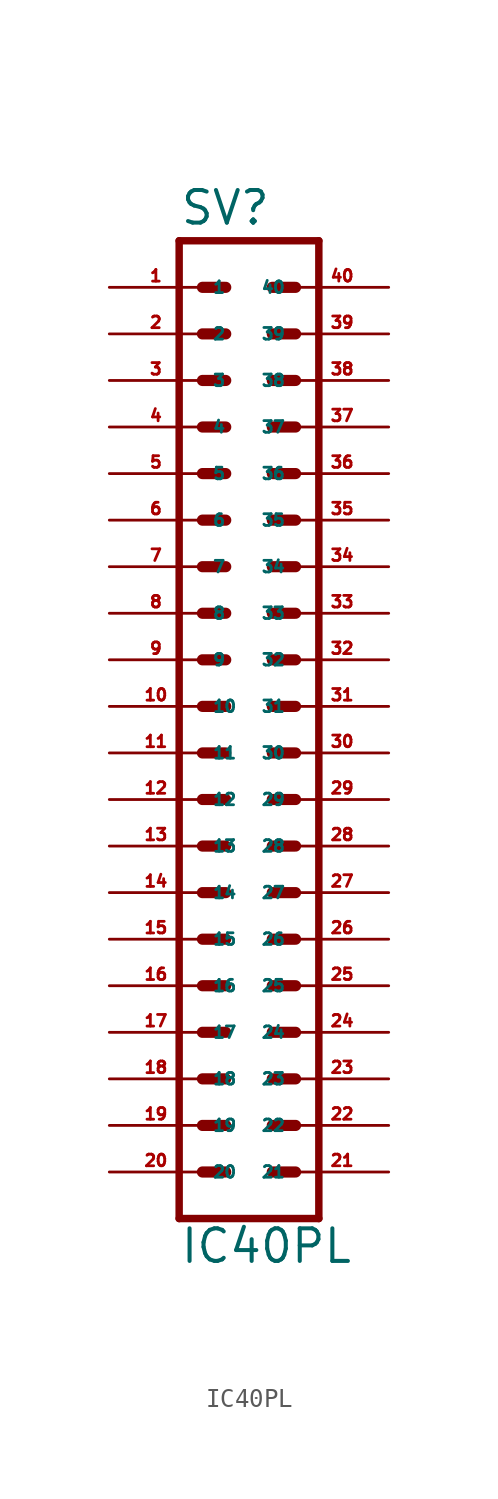
<source format=kicad_sym>
(kicad_symbol_lib
  (version 20220914)
  (generator Eagle2Kicad)
  (symbol "IC40PL"
    (property "Reference" "SV"
      (at -3.81 28.702 0)
      (effects (font (size 1.778 1.778) (thickness 0.22)) (justify left bottom)))
    (property "Value" "IC40PL"
      (at -3.81 -27.94 0)
      (effects (font (size 1.778 1.778) (thickness 0.22)) (justify left bottom)))
    (polyline
      (pts (xy 3.81 27.94) (xy -3.81 27.94))
      (stroke (width 0.406) (type default))
      (fill (type none)))
    (polyline
      (pts (xy -3.81 -25.4) (xy -3.81 27.94))
      (stroke (width 0.406) (type default))
      (fill (type none)))
    (polyline
      (pts (xy -3.81 -25.4) (xy 3.81 -25.4))
      (stroke (width 0.406) (type default))
      (fill (type none)))
    (polyline
      (pts (xy 3.81 27.94) (xy 3.81 -25.4))
      (stroke (width 0.406) (type default))
      (fill (type none)))
    (polyline
      (pts (xy -2.54 25.4) (xy -1.27 25.4))
      (stroke (width 0.61) (type default))
      (fill (type none)))
    (polyline
      (pts (xy -2.54 22.86) (xy -1.27 22.86))
      (stroke (width 0.61) (type default))
      (fill (type none)))
    (polyline
      (pts (xy -2.54 20.32) (xy -1.27 20.32))
      (stroke (width 0.61) (type default))
      (fill (type none)))
    (polyline
      (pts (xy -2.54 17.78) (xy -1.27 17.78))
      (stroke (width 0.61) (type default))
      (fill (type none)))
    (polyline
      (pts (xy -2.54 15.24) (xy -1.27 15.24))
      (stroke (width 0.61) (type default))
      (fill (type none)))
    (polyline
      (pts (xy -2.54 12.7) (xy -1.27 12.7))
      (stroke (width 0.61) (type default))
      (fill (type none)))
    (polyline
      (pts (xy -2.54 10.16) (xy -1.27 10.16))
      (stroke (width 0.61) (type default))
      (fill (type none)))
    (polyline
      (pts (xy -2.54 7.62) (xy -1.27 7.62))
      (stroke (width 0.61) (type default))
      (fill (type none)))
    (polyline
      (pts (xy -2.54 0) (xy -1.27 0))
      (stroke (width 0.61) (type default))
      (fill (type none)))
    (polyline
      (pts (xy -2.54 2.54) (xy -1.27 2.54))
      (stroke (width 0.61) (type default))
      (fill (type none)))
    (polyline
      (pts (xy -2.54 5.08) (xy -1.27 5.08))
      (stroke (width 0.61) (type default))
      (fill (type none)))
    (polyline
      (pts (xy -2.54 -2.54) (xy -1.27 -2.54))
      (stroke (width 0.61) (type default))
      (fill (type none)))
    (polyline
      (pts (xy -2.54 -5.08) (xy -1.27 -5.08))
      (stroke (width 0.61) (type default))
      (fill (type none)))
    (polyline
      (pts (xy -2.54 -7.62) (xy -1.27 -7.62))
      (stroke (width 0.61) (type default))
      (fill (type none)))
    (polyline
      (pts (xy -2.54 -10.16) (xy -1.27 -10.16))
      (stroke (width 0.61) (type default))
      (fill (type none)))
    (polyline
      (pts (xy -2.54 -12.7) (xy -1.27 -12.7))
      (stroke (width 0.61) (type default))
      (fill (type none)))
    (polyline
      (pts (xy -2.54 -15.24) (xy -1.27 -15.24))
      (stroke (width 0.61) (type default))
      (fill (type none)))
    (polyline
      (pts (xy -2.54 -17.78) (xy -1.27 -17.78))
      (stroke (width 0.61) (type default))
      (fill (type none)))
    (polyline
      (pts (xy -2.54 -20.32) (xy -1.27 -20.32))
      (stroke (width 0.61) (type default))
      (fill (type none)))
    (polyline
      (pts (xy -2.54 -22.86) (xy -1.27 -22.86))
      (stroke (width 0.61) (type default))
      (fill (type none)))
    (polyline
      (pts (xy 2.54 -22.86) (xy 1.27 -22.86))
      (stroke (width 0.61) (type default))
      (fill (type none)))
    (polyline
      (pts (xy 2.54 -20.32) (xy 1.27 -20.32))
      (stroke (width 0.61) (type default))
      (fill (type none)))
    (polyline
      (pts (xy 2.54 -17.78) (xy 1.27 -17.78))
      (stroke (width 0.61) (type default))
      (fill (type none)))
    (polyline
      (pts (xy 2.54 -15.24) (xy 1.27 -15.24))
      (stroke (width 0.61) (type default))
      (fill (type none)))
    (polyline
      (pts (xy 2.54 -12.7) (xy 1.27 -12.7))
      (stroke (width 0.61) (type default))
      (fill (type none)))
    (polyline
      (pts (xy 2.54 -10.16) (xy 1.27 -10.16))
      (stroke (width 0.61) (type default))
      (fill (type none)))
    (polyline
      (pts (xy 2.54 -7.62) (xy 1.27 -7.62))
      (stroke (width 0.61) (type default))
      (fill (type none)))
    (polyline
      (pts (xy 2.54 -5.08) (xy 1.27 -5.08))
      (stroke (width 0.61) (type default))
      (fill (type none)))
    (polyline
      (pts (xy 2.54 -2.54) (xy 1.27 -2.54))
      (stroke (width 0.61) (type default))
      (fill (type none)))
    (polyline
      (pts (xy 2.54 0) (xy 1.27 0))
      (stroke (width 0.61) (type default))
      (fill (type none)))
    (polyline
      (pts (xy 2.54 2.54) (xy 1.27 2.54))
      (stroke (width 0.61) (type default))
      (fill (type none)))
    (polyline
      (pts (xy 2.54 5.08) (xy 1.27 5.08))
      (stroke (width 0.61) (type default))
      (fill (type none)))
    (polyline
      (pts (xy 2.54 7.62) (xy 1.27 7.62))
      (stroke (width 0.61) (type default))
      (fill (type none)))
    (polyline
      (pts (xy 2.54 10.16) (xy 1.27 10.16))
      (stroke (width 0.61) (type default))
      (fill (type none)))
    (polyline
      (pts (xy 2.54 12.7) (xy 1.27 12.7))
      (stroke (width 0.61) (type default))
      (fill (type none)))
    (polyline
      (pts (xy 2.54 15.24) (xy 1.27 15.24))
      (stroke (width 0.61) (type default))
      (fill (type none)))
    (polyline
      (pts (xy 2.54 17.78) (xy 1.27 17.78))
      (stroke (width 0.61) (type default))
      (fill (type none)))
    (polyline
      (pts (xy 2.54 20.32) (xy 1.27 20.32))
      (stroke (width 0.61) (type default))
      (fill (type none)))
    (polyline
      (pts (xy 2.54 22.86) (xy 1.27 22.86))
      (stroke (width 0.61) (type default))
      (fill (type none)))
    (polyline
      (pts (xy 2.54 25.4) (xy 1.27 25.4))
      (stroke (width 0.61) (type default))
      (fill (type none)))
    (pin passive line
      (at -7.62 0 0)
      (length 5.08)
      (name "11" (effects (font (size 0.635 0.635) (thickness 0.08)) (justify left bottom)))
      (number "11" (effects (font (size 0.635 0.635) (thickness 0.08)) (justify left bottom))))
    (pin passive line
      (at -7.62 5.08 0)
      (length 5.08)
      (name "9" (effects (font (size 0.635 0.635) (thickness 0.08)) (justify left bottom)))
      (number "9" (effects (font (size 0.635 0.635) (thickness 0.08)) (justify left bottom))))
    (pin passive line
      (at -7.62 10.16 0)
      (length 5.08)
      (name "7" (effects (font (size 0.635 0.635) (thickness 0.08)) (justify left bottom)))
      (number "7" (effects (font (size 0.635 0.635) (thickness 0.08)) (justify left bottom))))
    (pin passive line
      (at -7.62 15.24 0)
      (length 5.08)
      (name "5" (effects (font (size 0.635 0.635) (thickness 0.08)) (justify left bottom)))
      (number "5" (effects (font (size 0.635 0.635) (thickness 0.08)) (justify left bottom))))
    (pin passive line
      (at -7.62 20.32 0)
      (length 5.08)
      (name "3" (effects (font (size 0.635 0.635) (thickness 0.08)) (justify left bottom)))
      (number "3" (effects (font (size 0.635 0.635) (thickness 0.08)) (justify left bottom))))
    (pin passive line
      (at -7.62 25.4 0)
      (length 5.08)
      (name "1" (effects (font (size 0.635 0.635) (thickness 0.08)) (justify left bottom)))
      (number "1" (effects (font (size 0.635 0.635) (thickness 0.08)) (justify left bottom))))
    (pin passive line
      (at -7.62 2.54 0)
      (length 5.08)
      (name "10" (effects (font (size 0.635 0.635) (thickness 0.08)) (justify left bottom)))
      (number "10" (effects (font (size 0.635 0.635) (thickness 0.08)) (justify left bottom))))
    (pin passive line
      (at -7.62 7.62 0)
      (length 5.08)
      (name "8" (effects (font (size 0.635 0.635) (thickness 0.08)) (justify left bottom)))
      (number "8" (effects (font (size 0.635 0.635) (thickness 0.08)) (justify left bottom))))
    (pin passive line
      (at -7.62 12.7 0)
      (length 5.08)
      (name "6" (effects (font (size 0.635 0.635) (thickness 0.08)) (justify left bottom)))
      (number "6" (effects (font (size 0.635 0.635) (thickness 0.08)) (justify left bottom))))
    (pin passive line
      (at -7.62 17.78 0)
      (length 5.08)
      (name "4" (effects (font (size 0.635 0.635) (thickness 0.08)) (justify left bottom)))
      (number "4" (effects (font (size 0.635 0.635) (thickness 0.08)) (justify left bottom))))
    (pin passive line
      (at -7.62 22.86 0)
      (length 5.08)
      (name "2" (effects (font (size 0.635 0.635) (thickness 0.08)) (justify left bottom)))
      (number "2" (effects (font (size 0.635 0.635) (thickness 0.08)) (justify left bottom))))
    (pin passive line
      (at -7.62 -2.54 0)
      (length 5.08)
      (name "12" (effects (font (size 0.635 0.635) (thickness 0.08)) (justify left bottom)))
      (number "12" (effects (font (size 0.635 0.635) (thickness 0.08)) (justify left bottom))))
    (pin passive line
      (at -7.62 -5.08 0)
      (length 5.08)
      (name "13" (effects (font (size 0.635 0.635) (thickness 0.08)) (justify left bottom)))
      (number "13" (effects (font (size 0.635 0.635) (thickness 0.08)) (justify left bottom))))
    (pin passive line
      (at -7.62 -7.62 0)
      (length 5.08)
      (name "14" (effects (font (size 0.635 0.635) (thickness 0.08)) (justify left bottom)))
      (number "14" (effects (font (size 0.635 0.635) (thickness 0.08)) (justify left bottom))))
    (pin passive line
      (at -7.62 -10.16 0)
      (length 5.08)
      (name "15" (effects (font (size 0.635 0.635) (thickness 0.08)) (justify left bottom)))
      (number "15" (effects (font (size 0.635 0.635) (thickness 0.08)) (justify left bottom))))
    (pin passive line
      (at -7.62 -12.7 0)
      (length 5.08)
      (name "16" (effects (font (size 0.635 0.635) (thickness 0.08)) (justify left bottom)))
      (number "16" (effects (font (size 0.635 0.635) (thickness 0.08)) (justify left bottom))))
    (pin passive line
      (at -7.62 -15.24 0)
      (length 5.08)
      (name "17" (effects (font (size 0.635 0.635) (thickness 0.08)) (justify left bottom)))
      (number "17" (effects (font (size 0.635 0.635) (thickness 0.08)) (justify left bottom))))
    (pin passive line
      (at -7.62 -17.78 0)
      (length 5.08)
      (name "18" (effects (font (size 0.635 0.635) (thickness 0.08)) (justify left bottom)))
      (number "18" (effects (font (size 0.635 0.635) (thickness 0.08)) (justify left bottom))))
    (pin passive line
      (at -7.62 -20.32 0)
      (length 5.08)
      (name "19" (effects (font (size 0.635 0.635) (thickness 0.08)) (justify left bottom)))
      (number "19" (effects (font (size 0.635 0.635) (thickness 0.08)) (justify left bottom))))
    (pin passive line
      (at -7.62 -22.86 0)
      (length 5.08)
      (name "20" (effects (font (size 0.635 0.635) (thickness 0.08)) (justify left bottom)))
      (number "20" (effects (font (size 0.635 0.635) (thickness 0.08)) (justify left bottom))))
    (pin passive line
      (at 7.62 -22.86 180)
      (length 5.08)
      (name "21" (effects (font (size 0.635 0.635) (thickness 0.08)) (justify left bottom)))
      (number "21" (effects (font (size 0.635 0.635) (thickness 0.08)) (justify left bottom))))
    (pin passive line
      (at 7.62 -20.32 180)
      (length 5.08)
      (name "22" (effects (font (size 0.635 0.635) (thickness 0.08)) (justify left bottom)))
      (number "22" (effects (font (size 0.635 0.635) (thickness 0.08)) (justify left bottom))))
    (pin passive line
      (at 7.62 -17.78 180)
      (length 5.08)
      (name "23" (effects (font (size 0.635 0.635) (thickness 0.08)) (justify left bottom)))
      (number "23" (effects (font (size 0.635 0.635) (thickness 0.08)) (justify left bottom))))
    (pin passive line
      (at 7.62 -15.24 180)
      (length 5.08)
      (name "24" (effects (font (size 0.635 0.635) (thickness 0.08)) (justify left bottom)))
      (number "24" (effects (font (size 0.635 0.635) (thickness 0.08)) (justify left bottom))))
    (pin passive line
      (at 7.62 -12.7 180)
      (length 5.08)
      (name "25" (effects (font (size 0.635 0.635) (thickness 0.08)) (justify left bottom)))
      (number "25" (effects (font (size 0.635 0.635) (thickness 0.08)) (justify left bottom))))
    (pin passive line
      (at 7.62 -10.16 180)
      (length 5.08)
      (name "26" (effects (font (size 0.635 0.635) (thickness 0.08)) (justify left bottom)))
      (number "26" (effects (font (size 0.635 0.635) (thickness 0.08)) (justify left bottom))))
    (pin passive line
      (at 7.62 -7.62 180)
      (length 5.08)
      (name "27" (effects (font (size 0.635 0.635) (thickness 0.08)) (justify left bottom)))
      (number "27" (effects (font (size 0.635 0.635) (thickness 0.08)) (justify left bottom))))
    (pin passive line
      (at 7.62 -5.08 180)
      (length 5.08)
      (name "28" (effects (font (size 0.635 0.635) (thickness 0.08)) (justify left bottom)))
      (number "28" (effects (font (size 0.635 0.635) (thickness 0.08)) (justify left bottom))))
    (pin passive line
      (at 7.62 -2.54 180)
      (length 5.08)
      (name "29" (effects (font (size 0.635 0.635) (thickness 0.08)) (justify left bottom)))
      (number "29" (effects (font (size 0.635 0.635) (thickness 0.08)) (justify left bottom))))
    (pin passive line
      (at 7.62 0 180)
      (length 5.08)
      (name "30" (effects (font (size 0.635 0.635) (thickness 0.08)) (justify left bottom)))
      (number "30" (effects (font (size 0.635 0.635) (thickness 0.08)) (justify left bottom))))
    (pin passive line
      (at 7.62 2.54 180)
      (length 5.08)
      (name "31" (effects (font (size 0.635 0.635) (thickness 0.08)) (justify left bottom)))
      (number "31" (effects (font (size 0.635 0.635) (thickness 0.08)) (justify left bottom))))
    (pin passive line
      (at 7.62 5.08 180)
      (length 5.08)
      (name "32" (effects (font (size 0.635 0.635) (thickness 0.08)) (justify left bottom)))
      (number "32" (effects (font (size 0.635 0.635) (thickness 0.08)) (justify left bottom))))
    (pin passive line
      (at 7.62 7.62 180)
      (length 5.08)
      (name "33" (effects (font (size 0.635 0.635) (thickness 0.08)) (justify left bottom)))
      (number "33" (effects (font (size 0.635 0.635) (thickness 0.08)) (justify left bottom))))
    (pin passive line
      (at 7.62 10.16 180)
      (length 5.08)
      (name "34" (effects (font (size 0.635 0.635) (thickness 0.08)) (justify left bottom)))
      (number "34" (effects (font (size 0.635 0.635) (thickness 0.08)) (justify left bottom))))
    (pin passive line
      (at 7.62 12.7 180)
      (length 5.08)
      (name "35" (effects (font (size 0.635 0.635) (thickness 0.08)) (justify left bottom)))
      (number "35" (effects (font (size 0.635 0.635) (thickness 0.08)) (justify left bottom))))
    (pin passive line
      (at 7.62 15.24 180)
      (length 5.08)
      (name "36" (effects (font (size 0.635 0.635) (thickness 0.08)) (justify left bottom)))
      (number "36" (effects (font (size 0.635 0.635) (thickness 0.08)) (justify left bottom))))
    (pin passive line
      (at 7.62 17.78 180)
      (length 5.08)
      (name "37" (effects (font (size 0.635 0.635) (thickness 0.08)) (justify left bottom)))
      (number "37" (effects (font (size 0.635 0.635) (thickness 0.08)) (justify left bottom))))
    (pin passive line
      (at 7.62 20.32 180)
      (length 5.08)
      (name "38" (effects (font (size 0.635 0.635) (thickness 0.08)) (justify left bottom)))
      (number "38" (effects (font (size 0.635 0.635) (thickness 0.08)) (justify left bottom))))
    (pin passive line
      (at 7.62 22.86 180)
      (length 5.08)
      (name "39" (effects (font (size 0.635 0.635) (thickness 0.08)) (justify left bottom)))
      (number "39" (effects (font (size 0.635 0.635) (thickness 0.08)) (justify left bottom))))
    (pin passive line
      (at 7.62 25.4 180)
      (length 5.08)
      (name "40" (effects (font (size 0.635 0.635) (thickness 0.08)) (justify left bottom)))
      (number "40" (effects (font (size 0.635 0.635) (thickness 0.08)) (justify left bottom))))))
</source>
